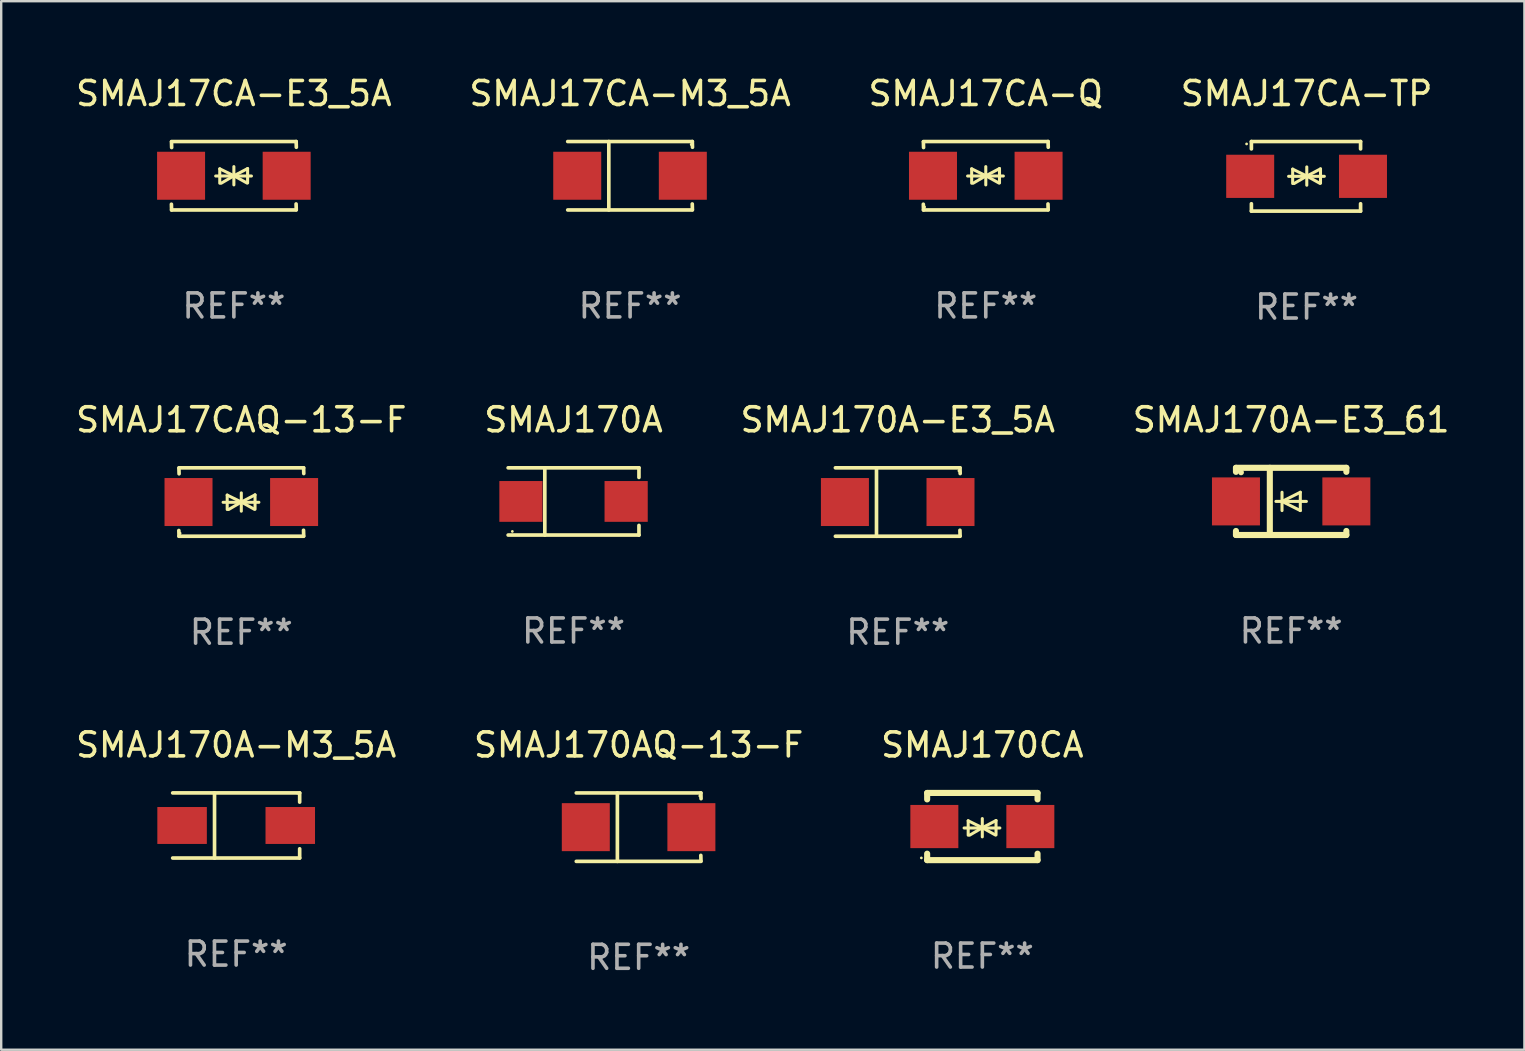
<source format=kicad_pcb>
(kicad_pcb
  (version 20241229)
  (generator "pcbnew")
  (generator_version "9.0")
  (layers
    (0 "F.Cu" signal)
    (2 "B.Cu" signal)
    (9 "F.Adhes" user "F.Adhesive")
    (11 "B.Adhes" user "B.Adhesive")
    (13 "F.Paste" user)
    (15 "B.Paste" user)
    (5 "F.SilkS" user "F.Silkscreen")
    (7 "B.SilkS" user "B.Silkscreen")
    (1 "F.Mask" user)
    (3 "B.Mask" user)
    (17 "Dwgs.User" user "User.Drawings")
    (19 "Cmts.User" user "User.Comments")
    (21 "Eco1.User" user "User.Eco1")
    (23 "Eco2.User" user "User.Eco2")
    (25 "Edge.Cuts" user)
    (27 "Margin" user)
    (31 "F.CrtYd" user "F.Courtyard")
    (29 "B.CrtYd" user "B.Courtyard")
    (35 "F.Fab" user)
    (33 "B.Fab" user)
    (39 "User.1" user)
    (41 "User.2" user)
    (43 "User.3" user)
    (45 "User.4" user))
  (footprint "SMAJ17CA-M3_5A"
    (layer "F.Cu")
    (at 23.208 4.274)
    (property "Reference" "SMAJ17CA-M3_5A" (at 0 -3.426 0) (layer "F.SilkS") (effects (font (size 1 1) (thickness 0.15))))
    (attr through_hole)
    (fp_line (start -2.6 -1.426) (end 2.593 -1.426) (stroke (width 0.152) (type solid)) (layer "F.SilkS"))
    (fp_line (start -2.6 1.426) (end 2.593 1.426) (stroke (width 0.152) (type solid)) (layer "F.SilkS"))
    (fp_line (start -0.887 -1.426) (end -0.887 1.426) (stroke (width 0.152) (type solid)) (layer "F.SilkS"))
    (fp_line (start 2.59 1.176) (end 2.597 1.415) (stroke (width 0.152) (type solid)) (layer "F.SilkS"))
    (fp_line (start 2.593 -1.426) (end 2.6 -1.187) (stroke (width 0.152) (type solid)) (layer "F.SilkS"))
    (fp_circle (center 2.547 -1.3) (end 2.577 -1.3) (stroke (width 0.06) (type solid)) (fill no) (layer "F.SilkS"))
    (fp_text user "REF**" (at 0 5.426 0) (layer "F.Fab") (effects (font (size 1 1) (thickness 0.15))))
    (pad "1" smd rect (at 2.197 -0.000025 180) (size 2 2) (layers "F.Cu" "F.Mask" "F.Paste"))
    (pad "2" smd rect (at -2.203 -0.000025 180) (size 2 2) (layers "F.Cu" "F.Mask" "F.Paste")))
  (footprint "SMAJ170A"
    (layer "F.Cu")
    (at 20.851 17.846)
    (property "Reference" "SMAJ170A" (at 0 -3.401 0) (layer "F.SilkS") (effects (font (size 1 1) (thickness 0.15))))
    (attr through_hole)
    (fp_line (start -2.726 -1.401) (end 2.726 -1.401) (stroke (width 0.152) (type solid)) (layer "F.SilkS"))
    (fp_line (start -2.726 1.401) (end 2.726 1.401) (stroke (width 0.152) (type solid)) (layer "F.SilkS"))
    (fp_line (start -1.197 -1.401) (end -1.197 1.401) (stroke (width 0.152) (type solid)) (layer "F.SilkS"))
    (fp_line (start 2.726 -1.401) (end 2.726 -1) (stroke (width 0.152) (type solid)) (layer "F.SilkS"))
    (fp_line (start 2.726 1.401) (end 2.726 1) (stroke (width 0.152) (type solid)) (layer "F.SilkS"))
    (fp_circle (center -2.55 1.25) (end -2.52 1.25) (stroke (width 0.06) (type solid)) (fill no) (layer "F.SilkS"))
    (fp_text user "REF**" (at 0 5.401 0) (layer "F.Fab") (effects (font (size 1 1) (thickness 0.15))))
    (pad "1" smd rect (at -2.192 0) (size 1.8 1.7) (layers "F.Cu" "F.Mask" "F.Paste"))
    (pad "2" smd rect (at 2.192 0) (size 1.8 1.7) (layers "F.Cu" "F.Mask" "F.Paste")))
  (footprint "SMAJ170CA"
    (layer "F.Cu")
    (at 37.887 31.394)
    (property "Reference" "SMAJ170CA" (at 0 -3.4 0) (layer "F.SilkS") (effects (font (size 1 1) (thickness 0.15))))
    (attr through_hole)
    (fp_line (start -2.3 -1.4) (end -2.3 -1.131) (stroke (width 0.254) (type solid)) (layer "F.SilkS"))
    (fp_line (start -2.3 -1.4) (end 2.3 -1.4) (stroke (width 0.254) (type solid)) (layer "F.SilkS"))
    (fp_line (start -2.3 1.131) (end -2.3 1.4) (stroke (width 0.254) (type solid)) (layer "F.SilkS"))
    (fp_line (start -2.3 1.4) (end 2.3 1.4) (stroke (width 0.254) (type solid)) (layer "F.SilkS"))
    (fp_line (start -0.76 0.06) (end 0.73 0.06) (stroke (width 0.127) (type solid)) (layer "F.SilkS"))
    (fp_line (start -0.59 -0.24) (end -0.59 0.36) (stroke (width 0.127) (type solid)) (layer "F.SilkS"))
    (fp_line (start -0.59 -0.24) (end -0.002 0.049) (stroke (width 0.127) (type solid)) (layer "F.SilkS"))
    (fp_line (start -0.53 0.36) (end -0.002 0.049) (stroke (width 0.127) (type solid)) (layer "F.SilkS"))
    (fp_line (start -0.002 0.049) (end -0.002 -0.332) (stroke (width 0.127) (type solid)) (layer "F.SilkS"))
    (fp_line (start -0.002 0.049) (end -0.002 0.43) (stroke (width 0.127) (type solid)) (layer "F.SilkS"))
    (fp_line (start 0.54 0.35) (end -0.002 0.049) (stroke (width 0.127) (type solid)) (layer "F.SilkS"))
    (fp_line (start 0.57 -0.25) (end -0.002 0.049) (stroke (width 0.127) (type solid)) (layer "F.SilkS"))
    (fp_line (start 0.57 -0.25) (end 0.57 0.35) (stroke (width 0.127) (type solid)) (layer "F.SilkS"))
    (fp_line (start 2.3 -1.4) (end 2.3 -1.131) (stroke (width 0.254) (type solid)) (layer "F.SilkS"))
    (fp_line (start 2.3 1.131) (end 2.3 1.4) (stroke (width 0.254) (type solid)) (layer "F.SilkS"))
    (fp_circle (center -2.542 1.308) (end -2.512 1.308) (stroke (width 0.06) (type solid)) (fill no) (layer "F.SilkS"))
    (fp_text user "REF**" (at 0 5.4 0) (layer "F.Fab") (effects (font (size 1 1) (thickness 0.15))))
    (pad "1" smd rect (at -2 0) (size 2 1.8) (layers "F.Cu" "F.Mask" "F.Paste"))
    (pad "2" smd rect (at 2 0) (size 2 1.8) (layers "F.Cu" "F.Mask" "F.Paste")))
  (footprint "SMAJ170AQ-13-F"
    (layer "F.Cu")
    (at 23.565 31.42)
    (property "Reference" "SMAJ170AQ-13-F" (at 0 -3.426 0) (layer "F.SilkS") (effects (font (size 1 1) (thickness 0.15))))
    (attr through_hole)
    (fp_line (start -2.6 -1.426) (end 2.593 -1.426) (stroke (width 0.152) (type solid)) (layer "F.SilkS"))
    (fp_line (start -2.6 1.426) (end 2.593 1.426) (stroke (width 0.152) (type solid)) (layer "F.SilkS"))
    (fp_line (start -0.887 -1.426) (end -0.887 1.426) (stroke (width 0.152) (type solid)) (layer "F.SilkS"))
    (fp_line (start 2.59 1.176) (end 2.597 1.415) (stroke (width 0.152) (type solid)) (layer "F.SilkS"))
    (fp_line (start 2.593 -1.426) (end 2.6 -1.187) (stroke (width 0.152) (type solid)) (layer "F.SilkS"))
    (fp_circle (center 2.547 -1.3) (end 2.577 -1.3) (stroke (width 0.06) (type solid)) (fill no) (layer "F.SilkS"))
    (fp_text user "REF**" (at 0 5.426 0) (layer "F.Fab") (effects (font (size 1 1) (thickness 0.15))))
    (pad "1" smd rect (at 2.197 -0.000025 180) (size 2 2) (layers "F.Cu" "F.Mask" "F.Paste"))
    (pad "2" smd rect (at -2.203 -0.000025 180) (size 2 2) (layers "F.Cu" "F.Mask" "F.Paste")))
  (footprint "SMAJ17CA-TP"
    (layer "F.Cu")
    (at 51.399 4.298)
    (property "Reference" "SMAJ17CA-TP" (at 0 -3.45 0) (layer "F.SilkS") (effects (font (size 1 1) (thickness 0.15))))
    (attr through_hole)
    (fp_line (start -2.3 -1.45) (end -2.3 -1.143) (stroke (width 0.152) (type solid)) (layer "F.SilkS"))
    (fp_line (start -2.3 -1.45) (end 2.25 -1.45) (stroke (width 0.152) (type solid)) (layer "F.SilkS"))
    (fp_line (start -2.3 1.45) (end -2.3 1.143) (stroke (width 0.152) (type solid)) (layer "F.SilkS"))
    (fp_line (start -0.75 0.000025) (end 0.74 0.000025) (stroke (width 0.127) (type solid)) (layer "F.SilkS"))
    (fp_line (start -0.58 -0.3) (end -0.58 0.3) (stroke (width 0.127) (type solid)) (layer "F.SilkS"))
    (fp_line (start -0.58 -0.3) (end 0.008 -0.011) (stroke (width 0.127) (type solid)) (layer "F.SilkS"))
    (fp_line (start -0.52 0.3) (end 0.008 -0.011) (stroke (width 0.127) (type solid)) (layer "F.SilkS"))
    (fp_line (start 0.008 -0.011) (end 0.008 -0.392) (stroke (width 0.127) (type solid)) (layer "F.SilkS"))
    (fp_line (start 0.008 -0.011) (end 0.008 0.37) (stroke (width 0.127) (type solid)) (layer "F.SilkS"))
    (fp_line (start 0.55 0.29) (end 0.008 -0.011) (stroke (width 0.127) (type solid)) (layer "F.SilkS"))
    (fp_line (start 0.58 -0.31) (end 0.008 -0.011) (stroke (width 0.127) (type solid)) (layer "F.SilkS"))
    (fp_line (start 0.58 -0.31) (end 0.58 0.29) (stroke (width 0.127) (type solid)) (layer "F.SilkS"))
    (fp_line (start 2.25 -1.45) (end 2.25 -1.143) (stroke (width 0.152) (type solid)) (layer "F.SilkS"))
    (fp_line (start 2.25 1.45) (end -2.3 1.45) (stroke (width 0.152) (type solid)) (layer "F.SilkS"))
    (fp_line (start 2.25 1.45) (end 2.25 1.143) (stroke (width 0.152) (type solid)) (layer "F.SilkS"))
    (fp_circle (center -2.5 -1.35) (end -2.47 -1.35) (stroke (width 0.06) (type solid)) (fill no) (layer "F.SilkS"))
    (fp_text user "REF**" (at 0 5.45 0) (layer "F.Fab") (effects (font (size 1 1) (thickness 0.15))))
    (pad "1" smd rect (at -2.35 -0.000025) (size 2 1.8) (layers "F.Cu" "F.Mask" "F.Paste"))
    (pad "2" smd rect (at 2.35 -0.000025) (size 2 1.8) (layers "F.Cu" "F.Mask" "F.Paste")))
  (footprint "SMAJ17CA-E3_5A"
    (layer "F.Cu")
    (at 6.696 4.274)
    (property "Reference" "SMAJ17CA-E3_5A" (at 0 -3.426 0) (layer "F.SilkS") (effects (font (size 1 1) (thickness 0.15))))
    (attr through_hole)
    (fp_line (start -2.596 -1.426) (end 2.596 -1.426) (stroke (width 0.152) (type solid)) (layer "F.SilkS"))
    (fp_line (start -2.596 1.426) (end -2.603 1.187) (stroke (width 0.152) (type solid)) (layer "F.SilkS"))
    (fp_line (start -2.596 1.426) (end 2.596 1.426) (stroke (width 0.152) (type solid)) (layer "F.SilkS"))
    (fp_line (start -2.593 -1.176) (end -2.6 -1.415) (stroke (width 0.152) (type solid)) (layer "F.SilkS"))
    (fp_line (start -0.758 0.011) (end 0.732 0.011) (stroke (width 0.127) (type solid)) (layer "F.SilkS"))
    (fp_line (start -0.588 -0.289) (end -0.588 0.311) (stroke (width 0.127) (type solid)) (layer "F.SilkS"))
    (fp_line (start -0.588 -0.289) (end 0 0) (stroke (width 0.127) (type solid)) (layer "F.SilkS"))
    (fp_line (start -0.528 0.311) (end 0 0) (stroke (width 0.127) (type solid)) (layer "F.SilkS"))
    (fp_line (start 0 0) (end 0 -0.381) (stroke (width 0.127) (type solid)) (layer "F.SilkS"))
    (fp_line (start 0 0) (end 0 0.381) (stroke (width 0.127) (type solid)) (layer "F.SilkS"))
    (fp_line (start 0.542 0.301) (end 0 0) (stroke (width 0.127) (type solid)) (layer "F.SilkS"))
    (fp_line (start 0.572 -0.299) (end 0 0) (stroke (width 0.127) (type solid)) (layer "F.SilkS"))
    (fp_line (start 0.572 -0.299) (end 0.572 0.301) (stroke (width 0.127) (type solid)) (layer "F.SilkS"))
    (fp_line (start 2.593 1.176) (end 2.6 1.415) (stroke (width 0.152) (type solid)) (layer "F.SilkS"))
    (fp_line (start 2.596 -1.426) (end 2.603 -1.187) (stroke (width 0.152) (type solid)) (layer "F.SilkS"))
    (fp_circle (center -2.605 1.3) (end -2.575 1.3) (stroke (width 0.06) (type solid)) (fill no) (layer "F.SilkS"))
    (fp_text user "REF**" (at 0 5.426 0) (layer "F.Fab") (effects (font (size 1 1) (thickness 0.15))))
    (pad "1" smd rect (at -2.2 0 180) (size 2 2) (layers "F.Cu" "F.Mask" "F.Paste"))
    (pad "2" smd rect (at 2.2 0 180) (size 2 2) (layers "F.Cu" "F.Mask" "F.Paste")))
  (footprint "SMAJ170A-E3_5A"
    (layer "F.Cu")
    (at 34.363 17.871)
    (property "Reference" "SMAJ170A-E3_5A" (at 0 -3.426 0) (layer "F.SilkS") (effects (font (size 1 1) (thickness 0.15))))
    (attr through_hole)
    (fp_line (start -2.6 -1.426) (end 2.593 -1.426) (stroke (width 0.152) (type solid)) (layer "F.SilkS"))
    (fp_line (start -2.6 1.426) (end 2.593 1.426) (stroke (width 0.152) (type solid)) (layer "F.SilkS"))
    (fp_line (start -0.887 -1.426) (end -0.887 1.426) (stroke (width 0.152) (type solid)) (layer "F.SilkS"))
    (fp_line (start 2.59 1.176) (end 2.597 1.415) (stroke (width 0.152) (type solid)) (layer "F.SilkS"))
    (fp_line (start 2.593 -1.426) (end 2.6 -1.187) (stroke (width 0.152) (type solid)) (layer "F.SilkS"))
    (fp_circle (center 2.547 -1.3) (end 2.577 -1.3) (stroke (width 0.06) (type solid)) (fill no) (layer "F.SilkS"))
    (fp_text user "REF**" (at 0 5.426 0) (layer "F.Fab") (effects (font (size 1 1) (thickness 0.15))))
    (pad "1" smd rect (at 2.197 -0.000025 180) (size 2 2) (layers "F.Cu" "F.Mask" "F.Paste"))
    (pad "2" smd rect (at -2.203 -0.000025 180) (size 2 2) (layers "F.Cu" "F.Mask" "F.Paste")))
  (footprint "SMAJ17CAQ-13-F"
    (layer "F.Cu")
    (at 7.006 17.871)
    (property "Reference" "SMAJ17CAQ-13-F" (at 0 -3.426 0) (layer "F.SilkS") (effects (font (size 1 1) (thickness 0.15))))
    (attr through_hole)
    (fp_line (start -2.596 -1.426) (end 2.596 -1.426) (stroke (width 0.152) (type solid)) (layer "F.SilkS"))
    (fp_line (start -2.596 1.426) (end -2.603 1.187) (stroke (width 0.152) (type solid)) (layer "F.SilkS"))
    (fp_line (start -2.596 1.426) (end 2.596 1.426) (stroke (width 0.152) (type solid)) (layer "F.SilkS"))
    (fp_line (start -2.593 -1.176) (end -2.6 -1.415) (stroke (width 0.152) (type solid)) (layer "F.SilkS"))
    (fp_line (start -0.758 0.011) (end 0.732 0.011) (stroke (width 0.127) (type solid)) (layer "F.SilkS"))
    (fp_line (start -0.588 -0.289) (end -0.588 0.311) (stroke (width 0.127) (type solid)) (layer "F.SilkS"))
    (fp_line (start -0.588 -0.289) (end 0 0) (stroke (width 0.127) (type solid)) (layer "F.SilkS"))
    (fp_line (start -0.528 0.311) (end 0 0) (stroke (width 0.127) (type solid)) (layer "F.SilkS"))
    (fp_line (start 0 0) (end 0 -0.381) (stroke (width 0.127) (type solid)) (layer "F.SilkS"))
    (fp_line (start 0 0) (end 0 0.381) (stroke (width 0.127) (type solid)) (layer "F.SilkS"))
    (fp_line (start 0.542 0.301) (end 0 0) (stroke (width 0.127) (type solid)) (layer "F.SilkS"))
    (fp_line (start 0.572 -0.299) (end 0 0) (stroke (width 0.127) (type solid)) (layer "F.SilkS"))
    (fp_line (start 0.572 -0.299) (end 0.572 0.301) (stroke (width 0.127) (type solid)) (layer "F.SilkS"))
    (fp_line (start 2.593 1.176) (end 2.6 1.415) (stroke (width 0.152) (type solid)) (layer "F.SilkS"))
    (fp_line (start 2.596 -1.426) (end 2.603 -1.187) (stroke (width 0.152) (type solid)) (layer "F.SilkS"))
    (fp_circle (center -2.55 1.3) (end -2.52 1.3) (stroke (width 0.06) (type solid)) (fill no) (layer "F.SilkS"))
    (fp_text user "REF**" (at 0 5.426 0) (layer "F.Fab") (effects (font (size 1 1) (thickness 0.15))))
    (pad "1" smd rect (at -2.2 0 180) (size 2 2) (layers "F.Cu" "F.Mask" "F.Paste"))
    (pad "2" smd rect (at 2.2 0 180) (size 2 2) (layers "F.Cu" "F.Mask" "F.Paste")))
  (footprint "SMAJ170A-M3_5A"
    (layer "F.Cu")
    (at 6.792 31.352)
    (property "Reference" "SMAJ170A-M3_5A" (at 0 -3.359 0) (layer "F.SilkS") (effects (font (size 1 1) (thickness 0.15))))
    (attr through_hole)
    (fp_line (start -2.646 -1.359) (end 2.646 -1.359) (stroke (width 0.152) (type solid)) (layer "F.SilkS"))
    (fp_line (start -2.646 1.354) (end 2.646 1.354) (stroke (width 0.152) (type solid)) (layer "F.SilkS"))
    (fp_line (start -0.902 -1.354) (end -0.902 1.359) (stroke (width 0.152) (type solid)) (layer "F.SilkS"))
    (fp_line (start 2.646 -1.359) (end 2.646 -0.975) (stroke (width 0.152) (type solid)) (layer "F.SilkS"))
    (fp_line (start 2.646 1.354) (end 2.646 0.97) (stroke (width 0.152) (type solid)) (layer "F.SilkS"))
    (fp_circle (center 2.55 -1.352) (end 2.58 -1.352) (stroke (width 0.06) (type solid)) (fill no) (layer "F.SilkS"))
    (fp_text user "REF**" (at 0 5.359 0) (layer "F.Fab") (effects (font (size 1 1) (thickness 0.15))))
    (pad "1" smd rect (at 2.254 -0.002) (size 2.063 1.539) (layers "F.Cu" "F.Mask" "F.Paste"))
    (pad "2" smd rect (at -2.254 -0.002) (size 2.063 1.539) (layers "F.Cu" "F.Mask" "F.Paste")))
  (footprint "SMAJ170A-E3_61"
    (layer "F.Cu")
    (at 50.756 17.845)
    (property "Reference" "SMAJ170A-E3_61" (at 0 -3.4 0) (layer "F.SilkS") (effects (font (size 1 1) (thickness 0.15))))
    (attr through_hole)
    (fp_line (start -2.3 -1.4) (end -2.3 -1.231) (stroke (width 0.254) (type solid)) (layer "F.SilkS"))
    (fp_line (start -2.3 -1.4) (end 2.3 -1.4) (stroke (width 0.254) (type solid)) (layer "F.SilkS"))
    (fp_line (start -2.3 1.231) (end -2.3 1.4) (stroke (width 0.254) (type solid)) (layer "F.SilkS"))
    (fp_line (start -2.3 1.4) (end 2.3 1.4) (stroke (width 0.254) (type solid)) (layer "F.SilkS"))
    (fp_line (start -0.889 1.4) (end -0.889 -1.4) (stroke (width 0.254) (type solid)) (layer "F.SilkS"))
    (fp_line (start -0.381 0) (end -0.381 -0.381) (stroke (width 0.127) (type solid)) (layer "F.SilkS"))
    (fp_line (start -0.381 0) (end -0.381 0.381) (stroke (width 0.127) (type solid)) (layer "F.SilkS"))
    (fp_line (start 0.381 -0.381) (end -0.381 0) (stroke (width 0.127) (type solid)) (layer "F.SilkS"))
    (fp_line (start 0.381 0) (end 0.381 -0.381) (stroke (width 0.127) (type solid)) (layer "F.SilkS"))
    (fp_line (start 0.381 0) (end 0.381 0.381) (stroke (width 0.127) (type solid)) (layer "F.SilkS"))
    (fp_line (start 0.381 0.381) (end -0.381 0) (stroke (width 0.127) (type solid)) (layer "F.SilkS"))
    (fp_line (start 0.635 0) (end -0.635 0) (stroke (width 0.127) (type solid)) (layer "F.SilkS"))
    (fp_line (start 2.3 -1.4) (end 2.3 -1.231) (stroke (width 0.254) (type solid)) (layer "F.SilkS"))
    (fp_line (start 2.3 1.231) (end 2.3 1.4) (stroke (width 0.254) (type solid)) (layer "F.SilkS"))
    (fp_circle (center -2.088 -1.208) (end -2.028 -1.208) (stroke (width 0.12) (type solid)) (fill no) (layer "F.SilkS"))
    (fp_text user "REF**" (at 0 5.4 0) (layer "F.Fab") (effects (font (size 1 1) (thickness 0.15))))
    (pad "1" smd rect (at -2.3 0 180) (size 2 2) (layers "F.Cu" "F.Mask" "F.Paste"))
    (pad "2" smd rect (at 2.3 0 180) (size 2 2) (layers "F.Cu" "F.Mask" "F.Paste")))
  (footprint "SMAJ17CA-Q"
    (layer "F.Cu")
    (at 38.03 4.274)
    (property "Reference" "SMAJ17CA-Q" (at 0 -3.426 0) (layer "F.SilkS") (effects (font (size 1 1) (thickness 0.15))))
    (attr through_hole)
    (fp_line (start -2.596 -1.426) (end 2.596 -1.426) (stroke (width 0.152) (type solid)) (layer "F.SilkS"))
    (fp_line (start -2.596 1.426) (end -2.603 1.187) (stroke (width 0.152) (type solid)) (layer "F.SilkS"))
    (fp_line (start -2.596 1.426) (end 2.596 1.426) (stroke (width 0.152) (type solid)) (layer "F.SilkS"))
    (fp_line (start -2.593 -1.176) (end -2.6 -1.415) (stroke (width 0.152) (type solid)) (layer "F.SilkS"))
    (fp_line (start -0.758 0.011) (end 0.732 0.011) (stroke (width 0.127) (type solid)) (layer "F.SilkS"))
    (fp_line (start -0.588 -0.289) (end -0.588 0.311) (stroke (width 0.127) (type solid)) (layer "F.SilkS"))
    (fp_line (start -0.588 -0.289) (end 0 0) (stroke (width 0.127) (type solid)) (layer "F.SilkS"))
    (fp_line (start -0.528 0.311) (end 0 0) (stroke (width 0.127) (type solid)) (layer "F.SilkS"))
    (fp_line (start 0 0) (end 0 -0.381) (stroke (width 0.127) (type solid)) (layer "F.SilkS"))
    (fp_line (start 0 0) (end 0 0.381) (stroke (width 0.127) (type solid)) (layer "F.SilkS"))
    (fp_line (start 0.542 0.301) (end 0 0) (stroke (width 0.127) (type solid)) (layer "F.SilkS"))
    (fp_line (start 0.572 -0.299) (end 0 0) (stroke (width 0.127) (type solid)) (layer "F.SilkS"))
    (fp_line (start 0.572 -0.299) (end 0.572 0.301) (stroke (width 0.127) (type solid)) (layer "F.SilkS"))
    (fp_line (start 2.593 1.176) (end 2.6 1.415) (stroke (width 0.152) (type solid)) (layer "F.SilkS"))
    (fp_line (start 2.596 -1.426) (end 2.603 -1.187) (stroke (width 0.152) (type solid)) (layer "F.SilkS"))
    (fp_circle (center -2.55 1.3) (end -2.52 1.3) (stroke (width 0.06) (type solid)) (fill no) (layer "F.SilkS"))
    (fp_text user "REF**" (at 0 5.426 0) (layer "F.Fab") (effects (font (size 1 1) (thickness 0.15))))
    (pad "1" smd rect (at -2.2 0 180) (size 2 2) (layers "F.Cu" "F.Mask" "F.Paste"))
    (pad "2" smd rect (at 2.2 0 180) (size 2 2) (layers "F.Cu" "F.Mask" "F.Paste")))
  (gr_rect
    (start -3 -3)
    (end 60.476 40.694)
    (stroke (width 0.1) (type default))
    (fill no)
    (layer "Edge.Cuts")))
</source>
